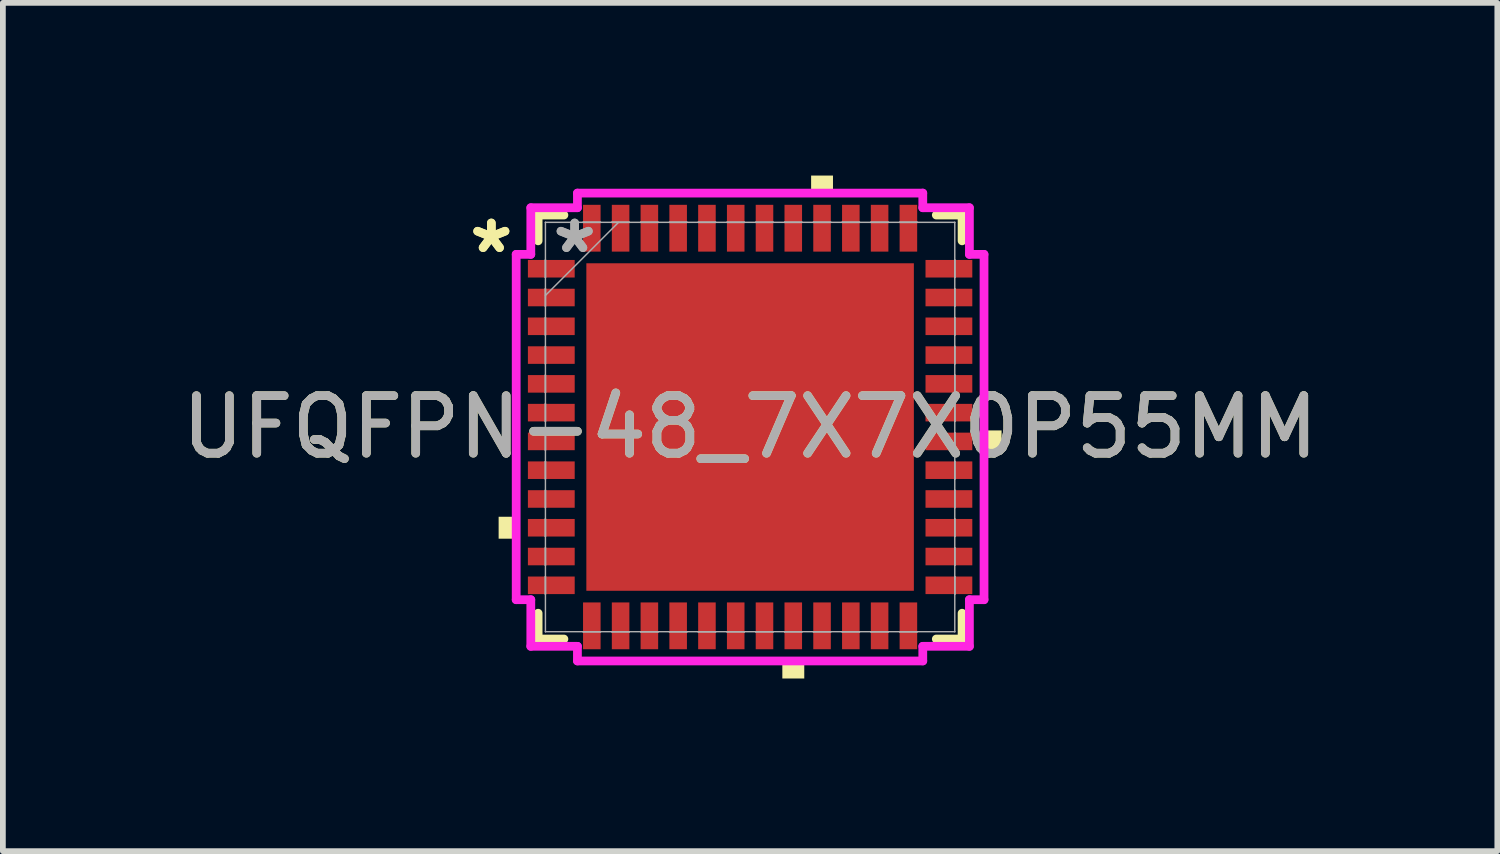
<source format=kicad_pcb>
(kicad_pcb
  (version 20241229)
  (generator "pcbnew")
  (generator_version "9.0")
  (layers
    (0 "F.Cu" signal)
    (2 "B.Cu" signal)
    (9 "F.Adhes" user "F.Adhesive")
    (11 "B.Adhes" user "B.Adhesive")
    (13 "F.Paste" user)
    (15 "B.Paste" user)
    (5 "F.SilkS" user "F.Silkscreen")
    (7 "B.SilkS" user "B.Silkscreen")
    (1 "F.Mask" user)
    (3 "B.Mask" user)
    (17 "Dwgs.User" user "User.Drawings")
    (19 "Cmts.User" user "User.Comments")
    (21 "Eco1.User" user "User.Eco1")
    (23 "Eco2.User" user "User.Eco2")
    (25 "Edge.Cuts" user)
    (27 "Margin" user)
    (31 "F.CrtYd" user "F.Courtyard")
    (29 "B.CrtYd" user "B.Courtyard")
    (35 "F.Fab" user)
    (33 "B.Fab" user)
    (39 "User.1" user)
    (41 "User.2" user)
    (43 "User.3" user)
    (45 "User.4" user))
  (footprint "UFQFPN-48_7X7X0P55MM"
    (layer "F.Cu")
    (at 9.982 4.369)
    (property "Reference" "UFQFPN-48_7X7X0P55MM" (at 0 0 0) (unlocked yes) (layer "F.SilkS") (effects (font (size 1 1) (thickness 0.15))))
    (attr smd)
    (fp_line (start -3.683 -3.683) (end -3.683 -3.235) (stroke (width 0.152) (type solid)) (layer "F.SilkS"))
    (fp_line (start -3.683 3.235) (end -3.683 3.683) (stroke (width 0.152) (type solid)) (layer "F.SilkS"))
    (fp_line (start -3.683 3.683) (end -3.235 3.683) (stroke (width 0.152) (type solid)) (layer "F.SilkS"))
    (fp_line (start -3.235 -3.683) (end -3.683 -3.683) (stroke (width 0.152) (type solid)) (layer "F.SilkS"))
    (fp_line (start 3.235 3.683) (end 3.683 3.683) (stroke (width 0.152) (type solid)) (layer "F.SilkS"))
    (fp_line (start 3.683 -3.683) (end 3.235 -3.683) (stroke (width 0.152) (type solid)) (layer "F.SilkS"))
    (fp_line (start 3.683 -3.235) (end 3.683 -3.683) (stroke (width 0.152) (type solid)) (layer "F.SilkS"))
    (fp_line (start 3.683 3.683) (end 3.683 3.235) (stroke (width 0.152) (type solid)) (layer "F.SilkS"))
    (fp_poly (pts (xy -4.369 1.559) (xy -4.369 1.94) (xy -4.115 1.94) (xy -4.115 1.559)) (stroke (width 0) (type solid)) (fill yes) (layer "F.SilkS"))
    (fp_poly (pts (xy 0.56 4.115) (xy 0.56 4.369) (xy 0.941 4.369) (xy 0.941 4.115)) (stroke (width 0) (type solid)) (fill yes) (layer "F.SilkS"))
    (fp_poly (pts (xy 1.06 -4.115) (xy 1.06 -4.369) (xy 1.44 -4.369) (xy 1.44 -4.115)) (stroke (width 0) (type solid)) (fill yes) (layer "F.SilkS"))
    (fp_poly (pts (xy 4.369 0.059) (xy 4.369 0.441) (xy 4.115 0.441) (xy 4.115 0.059)) (stroke (width 0) (type solid)) (fill yes) (layer "F.SilkS"))
    (fp_poly (pts (xy -2.745 -2.745) (xy -2.745 -1.522) (xy -1.522 -1.522) (xy -1.522 -2.745)) (stroke (width 0) (type solid)) (fill yes) (layer "F.Paste"))
    (fp_poly (pts (xy -2.745 -1.322) (xy -2.745 -0.1) (xy -1.522 -0.1) (xy -1.522 -1.322)) (stroke (width 0) (type solid)) (fill yes) (layer "F.Paste"))
    (fp_poly (pts (xy -2.745 0.1) (xy -2.745 1.322) (xy -1.522 1.322) (xy -1.522 0.1)) (stroke (width 0) (type solid)) (fill yes) (layer "F.Paste"))
    (fp_poly (pts (xy -2.745 1.522) (xy -2.745 2.745) (xy -1.522 2.745) (xy -1.522 1.522)) (stroke (width 0) (type solid)) (fill yes) (layer "F.Paste"))
    (fp_poly (pts (xy -1.322 -2.745) (xy -1.322 -1.522) (xy -0.1 -1.522) (xy -0.1 -2.745)) (stroke (width 0) (type solid)) (fill yes) (layer "F.Paste"))
    (fp_poly (pts (xy -1.322 -1.322) (xy -1.322 -0.1) (xy -0.1 -0.1) (xy -0.1 -1.322)) (stroke (width 0) (type solid)) (fill yes) (layer "F.Paste"))
    (fp_poly (pts (xy -1.322 0.1) (xy -1.322 1.322) (xy -0.1 1.322) (xy -0.1 0.1)) (stroke (width 0) (type solid)) (fill yes) (layer "F.Paste"))
    (fp_poly (pts (xy -1.322 1.522) (xy -1.322 2.745) (xy -0.1 2.745) (xy -0.1 1.522)) (stroke (width 0) (type solid)) (fill yes) (layer "F.Paste"))
    (fp_poly (pts (xy 0.1 -2.745) (xy 0.1 -1.522) (xy 1.322 -1.522) (xy 1.322 -2.745)) (stroke (width 0) (type solid)) (fill yes) (layer "F.Paste"))
    (fp_poly (pts (xy 0.1 -1.322) (xy 0.1 -0.1) (xy 1.322 -0.1) (xy 1.322 -1.322)) (stroke (width 0) (type solid)) (fill yes) (layer "F.Paste"))
    (fp_poly (pts (xy 0.1 0.1) (xy 0.1 1.322) (xy 1.322 1.322) (xy 1.322 0.1)) (stroke (width 0) (type solid)) (fill yes) (layer "F.Paste"))
    (fp_poly (pts (xy 0.1 1.522) (xy 0.1 2.745) (xy 1.322 2.745) (xy 1.322 1.522)) (stroke (width 0) (type solid)) (fill yes) (layer "F.Paste"))
    (fp_poly (pts (xy 1.522 -2.745) (xy 1.522 -1.522) (xy 2.745 -1.522) (xy 2.745 -2.745)) (stroke (width 0) (type solid)) (fill yes) (layer "F.Paste"))
    (fp_poly (pts (xy 1.522 -1.322) (xy 1.522 -0.1) (xy 2.745 -0.1) (xy 2.745 -1.322)) (stroke (width 0) (type solid)) (fill yes) (layer "F.Paste"))
    (fp_poly (pts (xy 1.522 0.1) (xy 1.522 1.322) (xy 2.745 1.322) (xy 2.745 0.1)) (stroke (width 0) (type solid)) (fill yes) (layer "F.Paste"))
    (fp_poly (pts (xy 1.522 1.522) (xy 1.522 2.745) (xy 2.745 2.745) (xy 2.745 1.522)) (stroke (width 0) (type solid)) (fill yes) (layer "F.Paste"))
    (fp_line (start -4.064 -3) (end -3.81 -3) (stroke (width 0.152) (type solid)) (layer "F.CrtYd"))
    (fp_line (start -4.064 3) (end -4.064 -3) (stroke (width 0.152) (type solid)) (layer "F.CrtYd"))
    (fp_line (start -3.81 -3.81) (end -3 -3.81) (stroke (width 0.152) (type solid)) (layer "F.CrtYd"))
    (fp_line (start -3.81 -3) (end -3.81 -3.81) (stroke (width 0.152) (type solid)) (layer "F.CrtYd"))
    (fp_line (start -3.81 3) (end -4.064 3) (stroke (width 0.152) (type solid)) (layer "F.CrtYd"))
    (fp_line (start -3.81 3.81) (end -3.81 3) (stroke (width 0.152) (type solid)) (layer "F.CrtYd"))
    (fp_line (start -3 -4.064) (end 3 -4.064) (stroke (width 0.152) (type solid)) (layer "F.CrtYd"))
    (fp_line (start -3 -3.81) (end -3 -4.064) (stroke (width 0.152) (type solid)) (layer "F.CrtYd"))
    (fp_line (start -3 3.81) (end -3.81 3.81) (stroke (width 0.152) (type solid)) (layer "F.CrtYd"))
    (fp_line (start -3 4.064) (end -3 3.81) (stroke (width 0.152) (type solid)) (layer "F.CrtYd"))
    (fp_line (start 3 -4.064) (end 3 -3.81) (stroke (width 0.152) (type solid)) (layer "F.CrtYd"))
    (fp_line (start 3 -3.81) (end 3.81 -3.81) (stroke (width 0.152) (type solid)) (layer "F.CrtYd"))
    (fp_line (start 3 3.81) (end 3 4.064) (stroke (width 0.152) (type solid)) (layer "F.CrtYd"))
    (fp_line (start 3 4.064) (end -3 4.064) (stroke (width 0.152) (type solid)) (layer "F.CrtYd"))
    (fp_line (start 3.81 -3.81) (end 3.81 -3) (stroke (width 0.152) (type solid)) (layer "F.CrtYd"))
    (fp_line (start 3.81 -3) (end 4.064 -3) (stroke (width 0.152) (type solid)) (layer "F.CrtYd"))
    (fp_line (start 3.81 3) (end 3.81 3.81) (stroke (width 0.152) (type solid)) (layer "F.CrtYd"))
    (fp_line (start 3.81 3.81) (end 3 3.81) (stroke (width 0.152) (type solid)) (layer "F.CrtYd"))
    (fp_line (start 4.064 -3) (end 4.064 3) (stroke (width 0.152) (type solid)) (layer "F.CrtYd"))
    (fp_line (start 4.064 3) (end 3.81 3) (stroke (width 0.152) (type solid)) (layer "F.CrtYd"))
    (fp_line (start -3.556 -3.556) (end -3.556 -3.556) (stroke (width 0.025) (type solid)) (layer "F.Fab"))
    (fp_line (start -3.556 -3.556) (end -3.556 3.556) (stroke (width 0.025) (type solid)) (layer "F.Fab"))
    (fp_line (start -3.556 -2.902) (end -3.556 -2.902) (stroke (width 0.025) (type solid)) (layer "F.Fab"))
    (fp_line (start -3.556 -2.902) (end -3.556 -2.598) (stroke (width 0.025) (type solid)) (layer "F.Fab"))
    (fp_line (start -3.556 -2.598) (end -3.556 -2.902) (stroke (width 0.025) (type solid)) (layer "F.Fab"))
    (fp_line (start -3.556 -2.598) (end -3.556 -2.598) (stroke (width 0.025) (type solid)) (layer "F.Fab"))
    (fp_line (start -3.556 -2.402) (end -3.556 -2.402) (stroke (width 0.025) (type solid)) (layer "F.Fab"))
    (fp_line (start -3.556 -2.402) (end -3.556 -2.098) (stroke (width 0.025) (type solid)) (layer "F.Fab"))
    (fp_line (start -3.556 -2.286) (end -2.286 -3.556) (stroke (width 0.025) (type solid)) (layer "F.Fab"))
    (fp_line (start -3.556 -2.098) (end -3.556 -2.402) (stroke (width 0.025) (type solid)) (layer "F.Fab"))
    (fp_line (start -3.556 -2.098) (end -3.556 -2.098) (stroke (width 0.025) (type solid)) (layer "F.Fab"))
    (fp_line (start -3.556 -1.902) (end -3.556 -1.902) (stroke (width 0.025) (type solid)) (layer "F.Fab"))
    (fp_line (start -3.556 -1.902) (end -3.556 -1.598) (stroke (width 0.025) (type solid)) (layer "F.Fab"))
    (fp_line (start -3.556 -1.598) (end -3.556 -1.902) (stroke (width 0.025) (type solid)) (layer "F.Fab"))
    (fp_line (start -3.556 -1.598) (end -3.556 -1.598) (stroke (width 0.025) (type solid)) (layer "F.Fab"))
    (fp_line (start -3.556 -1.402) (end -3.556 -1.402) (stroke (width 0.025) (type solid)) (layer "F.Fab"))
    (fp_line (start -3.556 -1.402) (end -3.556 -1.098) (stroke (width 0.025) (type solid)) (layer "F.Fab"))
    (fp_line (start -3.556 -1.098) (end -3.556 -1.402) (stroke (width 0.025) (type solid)) (layer "F.Fab"))
    (fp_line (start -3.556 -1.098) (end -3.556 -1.098) (stroke (width 0.025) (type solid)) (layer "F.Fab"))
    (fp_line (start -3.556 -0.902) (end -3.556 -0.902) (stroke (width 0.025) (type solid)) (layer "F.Fab"))
    (fp_line (start -3.556 -0.902) (end -3.556 -0.598) (stroke (width 0.025) (type solid)) (layer "F.Fab"))
    (fp_line (start -3.556 -0.598) (end -3.556 -0.902) (stroke (width 0.025) (type solid)) (layer "F.Fab"))
    (fp_line (start -3.556 -0.598) (end -3.556 -0.598) (stroke (width 0.025) (type solid)) (layer "F.Fab"))
    (fp_line (start -3.556 -0.402) (end -3.556 -0.402) (stroke (width 0.025) (type solid)) (layer "F.Fab"))
    (fp_line (start -3.556 -0.402) (end -3.556 -0.098) (stroke (width 0.025) (type solid)) (layer "F.Fab"))
    (fp_line (start -3.556 -0.098) (end -3.556 -0.402) (stroke (width 0.025) (type solid)) (layer "F.Fab"))
    (fp_line (start -3.556 -0.098) (end -3.556 -0.098) (stroke (width 0.025) (type solid)) (layer "F.Fab"))
    (fp_line (start -3.556 0.098) (end -3.556 0.098) (stroke (width 0.025) (type solid)) (layer "F.Fab"))
    (fp_line (start -3.556 0.098) (end -3.556 0.402) (stroke (width 0.025) (type solid)) (layer "F.Fab"))
    (fp_line (start -3.556 0.402) (end -3.556 0.098) (stroke (width 0.025) (type solid)) (layer "F.Fab"))
    (fp_line (start -3.556 0.402) (end -3.556 0.402) (stroke (width 0.025) (type solid)) (layer "F.Fab"))
    (fp_line (start -3.556 0.598) (end -3.556 0.598) (stroke (width 0.025) (type solid)) (layer "F.Fab"))
    (fp_line (start -3.556 0.598) (end -3.556 0.902) (stroke (width 0.025) (type solid)) (layer "F.Fab"))
    (fp_line (start -3.556 0.902) (end -3.556 0.598) (stroke (width 0.025) (type solid)) (layer "F.Fab"))
    (fp_line (start -3.556 0.902) (end -3.556 0.902) (stroke (width 0.025) (type solid)) (layer "F.Fab"))
    (fp_line (start -3.556 1.098) (end -3.556 1.098) (stroke (width 0.025) (type solid)) (layer "F.Fab"))
    (fp_line (start -3.556 1.098) (end -3.556 1.402) (stroke (width 0.025) (type solid)) (layer "F.Fab"))
    (fp_line (start -3.556 1.402) (end -3.556 1.098) (stroke (width 0.025) (type solid)) (layer "F.Fab"))
    (fp_line (start -3.556 1.402) (end -3.556 1.402) (stroke (width 0.025) (type solid)) (layer "F.Fab"))
    (fp_line (start -3.556 1.598) (end -3.556 1.598) (stroke (width 0.025) (type solid)) (layer "F.Fab"))
    (fp_line (start -3.556 1.598) (end -3.556 1.902) (stroke (width 0.025) (type solid)) (layer "F.Fab"))
    (fp_line (start -3.556 1.902) (end -3.556 1.598) (stroke (width 0.025) (type solid)) (layer "F.Fab"))
    (fp_line (start -3.556 1.902) (end -3.556 1.902) (stroke (width 0.025) (type solid)) (layer "F.Fab"))
    (fp_line (start -3.556 2.098) (end -3.556 2.098) (stroke (width 0.025) (type solid)) (layer "F.Fab"))
    (fp_line (start -3.556 2.098) (end -3.556 2.402) (stroke (width 0.025) (type solid)) (layer "F.Fab"))
    (fp_line (start -3.556 2.402) (end -3.556 2.098) (stroke (width 0.025) (type solid)) (layer "F.Fab"))
    (fp_line (start -3.556 2.402) (end -3.556 2.402) (stroke (width 0.025) (type solid)) (layer "F.Fab"))
    (fp_line (start -3.556 2.598) (end -3.556 2.598) (stroke (width 0.025) (type solid)) (layer "F.Fab"))
    (fp_line (start -3.556 2.598) (end -3.556 2.902) (stroke (width 0.025) (type solid)) (layer "F.Fab"))
    (fp_line (start -3.556 2.902) (end -3.556 2.598) (stroke (width 0.025) (type solid)) (layer "F.Fab"))
    (fp_line (start -3.556 2.902) (end -3.556 2.902) (stroke (width 0.025) (type solid)) (layer "F.Fab"))
    (fp_line (start -3.556 3.556) (end -3.556 3.556) (stroke (width 0.025) (type solid)) (layer "F.Fab"))
    (fp_line (start -3.556 3.556) (end 3.556 3.556) (stroke (width 0.025) (type solid)) (layer "F.Fab"))
    (fp_line (start -2.902 -3.556) (end -2.902 -3.556) (stroke (width 0.025) (type solid)) (layer "F.Fab"))
    (fp_line (start -2.902 -3.556) (end -2.598 -3.556) (stroke (width 0.025) (type solid)) (layer "F.Fab"))
    (fp_line (start -2.902 3.556) (end -2.902 3.556) (stroke (width 0.025) (type solid)) (layer "F.Fab"))
    (fp_line (start -2.902 3.556) (end -2.598 3.556) (stroke (width 0.025) (type solid)) (layer "F.Fab"))
    (fp_line (start -2.598 -3.556) (end -2.902 -3.556) (stroke (width 0.025) (type solid)) (layer "F.Fab"))
    (fp_line (start -2.598 -3.556) (end -2.598 -3.556) (stroke (width 0.025) (type solid)) (layer "F.Fab"))
    (fp_line (start -2.598 3.556) (end -2.902 3.556) (stroke (width 0.025) (type solid)) (layer "F.Fab"))
    (fp_line (start -2.598 3.556) (end -2.598 3.556) (stroke (width 0.025) (type solid)) (layer "F.Fab"))
    (fp_line (start -2.402 -3.556) (end -2.402 -3.556) (stroke (width 0.025) (type solid)) (layer "F.Fab"))
    (fp_line (start -2.402 -3.556) (end -2.098 -3.556) (stroke (width 0.025) (type solid)) (layer "F.Fab"))
    (fp_line (start -2.402 3.556) (end -2.402 3.556) (stroke (width 0.025) (type solid)) (layer "F.Fab"))
    (fp_line (start -2.402 3.556) (end -2.098 3.556) (stroke (width 0.025) (type solid)) (layer "F.Fab"))
    (fp_line (start -2.098 -3.556) (end -2.402 -3.556) (stroke (width 0.025) (type solid)) (layer "F.Fab"))
    (fp_line (start -2.098 -3.556) (end -2.098 -3.556) (stroke (width 0.025) (type solid)) (layer "F.Fab"))
    (fp_line (start -2.098 3.556) (end -2.402 3.556) (stroke (width 0.025) (type solid)) (layer "F.Fab"))
    (fp_line (start -2.098 3.556) (end -2.098 3.556) (stroke (width 0.025) (type solid)) (layer "F.Fab"))
    (fp_line (start -1.902 -3.556) (end -1.902 -3.556) (stroke (width 0.025) (type solid)) (layer "F.Fab"))
    (fp_line (start -1.902 -3.556) (end -1.598 -3.556) (stroke (width 0.025) (type solid)) (layer "F.Fab"))
    (fp_line (start -1.902 3.556) (end -1.902 3.556) (stroke (width 0.025) (type solid)) (layer "F.Fab"))
    (fp_line (start -1.902 3.556) (end -1.598 3.556) (stroke (width 0.025) (type solid)) (layer "F.Fab"))
    (fp_line (start -1.598 -3.556) (end -1.902 -3.556) (stroke (width 0.025) (type solid)) (layer "F.Fab"))
    (fp_line (start -1.598 -3.556) (end -1.598 -3.556) (stroke (width 0.025) (type solid)) (layer "F.Fab"))
    (fp_line (start -1.598 3.556) (end -1.902 3.556) (stroke (width 0.025) (type solid)) (layer "F.Fab"))
    (fp_line (start -1.598 3.556) (end -1.598 3.556) (stroke (width 0.025) (type solid)) (layer "F.Fab"))
    (fp_line (start -1.402 -3.556) (end -1.402 -3.556) (stroke (width 0.025) (type solid)) (layer "F.Fab"))
    (fp_line (start -1.402 -3.556) (end -1.098 -3.556) (stroke (width 0.025) (type solid)) (layer "F.Fab"))
    (fp_line (start -1.402 3.556) (end -1.402 3.556) (stroke (width 0.025) (type solid)) (layer "F.Fab"))
    (fp_line (start -1.402 3.556) (end -1.098 3.556) (stroke (width 0.025) (type solid)) (layer "F.Fab"))
    (fp_line (start -1.098 -3.556) (end -1.402 -3.556) (stroke (width 0.025) (type solid)) (layer "F.Fab"))
    (fp_line (start -1.098 -3.556) (end -1.098 -3.556) (stroke (width 0.025) (type solid)) (layer "F.Fab"))
    (fp_line (start -1.098 3.556) (end -1.402 3.556) (stroke (width 0.025) (type solid)) (layer "F.Fab"))
    (fp_line (start -1.098 3.556) (end -1.098 3.556) (stroke (width 0.025) (type solid)) (layer "F.Fab"))
    (fp_line (start -0.902 -3.556) (end -0.902 -3.556) (stroke (width 0.025) (type solid)) (layer "F.Fab"))
    (fp_line (start -0.902 -3.556) (end -0.598 -3.556) (stroke (width 0.025) (type solid)) (layer "F.Fab"))
    (fp_line (start -0.902 3.556) (end -0.902 3.556) (stroke (width 0.025) (type solid)) (layer "F.Fab"))
    (fp_line (start -0.902 3.556) (end -0.598 3.556) (stroke (width 0.025) (type solid)) (layer "F.Fab"))
    (fp_line (start -0.598 -3.556) (end -0.902 -3.556) (stroke (width 0.025) (type solid)) (layer "F.Fab"))
    (fp_line (start -0.598 -3.556) (end -0.598 -3.556) (stroke (width 0.025) (type solid)) (layer "F.Fab"))
    (fp_line (start -0.598 3.556) (end -0.902 3.556) (stroke (width 0.025) (type solid)) (layer "F.Fab"))
    (fp_line (start -0.598 3.556) (end -0.598 3.556) (stroke (width 0.025) (type solid)) (layer "F.Fab"))
    (fp_line (start -0.402 -3.556) (end -0.402 -3.556) (stroke (width 0.025) (type solid)) (layer "F.Fab"))
    (fp_line (start -0.402 -3.556) (end -0.098 -3.556) (stroke (width 0.025) (type solid)) (layer "F.Fab"))
    (fp_line (start -0.402 3.556) (end -0.402 3.556) (stroke (width 0.025) (type solid)) (layer "F.Fab"))
    (fp_line (start -0.402 3.556) (end -0.098 3.556) (stroke (width 0.025) (type solid)) (layer "F.Fab"))
    (fp_line (start -0.098 -3.556) (end -0.402 -3.556) (stroke (width 0.025) (type solid)) (layer "F.Fab"))
    (fp_line (start -0.098 -3.556) (end -0.098 -3.556) (stroke (width 0.025) (type solid)) (layer "F.Fab"))
    (fp_line (start -0.098 3.556) (end -0.402 3.556) (stroke (width 0.025) (type solid)) (layer "F.Fab"))
    (fp_line (start -0.098 3.556) (end -0.098 3.556) (stroke (width 0.025) (type solid)) (layer "F.Fab"))
    (fp_line (start 0.098 -3.556) (end 0.098 -3.556) (stroke (width 0.025) (type solid)) (layer "F.Fab"))
    (fp_line (start 0.098 -3.556) (end 0.402 -3.556) (stroke (width 0.025) (type solid)) (layer "F.Fab"))
    (fp_line (start 0.098 3.556) (end 0.098 3.556) (stroke (width 0.025) (type solid)) (layer "F.Fab"))
    (fp_line (start 0.098 3.556) (end 0.402 3.556) (stroke (width 0.025) (type solid)) (layer "F.Fab"))
    (fp_line (start 0.402 -3.556) (end 0.098 -3.556) (stroke (width 0.025) (type solid)) (layer "F.Fab"))
    (fp_line (start 0.402 -3.556) (end 0.402 -3.556) (stroke (width 0.025) (type solid)) (layer "F.Fab"))
    (fp_line (start 0.402 3.556) (end 0.098 3.556) (stroke (width 0.025) (type solid)) (layer "F.Fab"))
    (fp_line (start 0.402 3.556) (end 0.402 3.556) (stroke (width 0.025) (type solid)) (layer "F.Fab"))
    (fp_line (start 0.598 -3.556) (end 0.598 -3.556) (stroke (width 0.025) (type solid)) (layer "F.Fab"))
    (fp_line (start 0.598 -3.556) (end 0.902 -3.556) (stroke (width 0.025) (type solid)) (layer "F.Fab"))
    (fp_line (start 0.598 3.556) (end 0.598 3.556) (stroke (width 0.025) (type solid)) (layer "F.Fab"))
    (fp_line (start 0.598 3.556) (end 0.902 3.556) (stroke (width 0.025) (type solid)) (layer "F.Fab"))
    (fp_line (start 0.902 -3.556) (end 0.598 -3.556) (stroke (width 0.025) (type solid)) (layer "F.Fab"))
    (fp_line (start 0.902 -3.556) (end 0.902 -3.556) (stroke (width 0.025) (type solid)) (layer "F.Fab"))
    (fp_line (start 0.902 3.556) (end 0.598 3.556) (stroke (width 0.025) (type solid)) (layer "F.Fab"))
    (fp_line (start 0.902 3.556) (end 0.902 3.556) (stroke (width 0.025) (type solid)) (layer "F.Fab"))
    (fp_line (start 1.098 -3.556) (end 1.098 -3.556) (stroke (width 0.025) (type solid)) (layer "F.Fab"))
    (fp_line (start 1.098 -3.556) (end 1.402 -3.556) (stroke (width 0.025) (type solid)) (layer "F.Fab"))
    (fp_line (start 1.098 3.556) (end 1.098 3.556) (stroke (width 0.025) (type solid)) (layer "F.Fab"))
    (fp_line (start 1.098 3.556) (end 1.402 3.556) (stroke (width 0.025) (type solid)) (layer "F.Fab"))
    (fp_line (start 1.402 -3.556) (end 1.098 -3.556) (stroke (width 0.025) (type solid)) (layer "F.Fab"))
    (fp_line (start 1.402 -3.556) (end 1.402 -3.556) (stroke (width 0.025) (type solid)) (layer "F.Fab"))
    (fp_line (start 1.402 3.556) (end 1.098 3.556) (stroke (width 0.025) (type solid)) (layer "F.Fab"))
    (fp_line (start 1.402 3.556) (end 1.402 3.556) (stroke (width 0.025) (type solid)) (layer "F.Fab"))
    (fp_line (start 1.598 -3.556) (end 1.598 -3.556) (stroke (width 0.025) (type solid)) (layer "F.Fab"))
    (fp_line (start 1.598 -3.556) (end 1.902 -3.556) (stroke (width 0.025) (type solid)) (layer "F.Fab"))
    (fp_line (start 1.598 3.556) (end 1.598 3.556) (stroke (width 0.025) (type solid)) (layer "F.Fab"))
    (fp_line (start 1.598 3.556) (end 1.902 3.556) (stroke (width 0.025) (type solid)) (layer "F.Fab"))
    (fp_line (start 1.902 -3.556) (end 1.598 -3.556) (stroke (width 0.025) (type solid)) (layer "F.Fab"))
    (fp_line (start 1.902 -3.556) (end 1.902 -3.556) (stroke (width 0.025) (type solid)) (layer "F.Fab"))
    (fp_line (start 1.902 3.556) (end 1.598 3.556) (stroke (width 0.025) (type solid)) (layer "F.Fab"))
    (fp_line (start 1.902 3.556) (end 1.902 3.556) (stroke (width 0.025) (type solid)) (layer "F.Fab"))
    (fp_line (start 2.098 -3.556) (end 2.098 -3.556) (stroke (width 0.025) (type solid)) (layer "F.Fab"))
    (fp_line (start 2.098 -3.556) (end 2.402 -3.556) (stroke (width 0.025) (type solid)) (layer "F.Fab"))
    (fp_line (start 2.098 3.556) (end 2.098 3.556) (stroke (width 0.025) (type solid)) (layer "F.Fab"))
    (fp_line (start 2.098 3.556) (end 2.402 3.556) (stroke (width 0.025) (type solid)) (layer "F.Fab"))
    (fp_line (start 2.402 -3.556) (end 2.098 -3.556) (stroke (width 0.025) (type solid)) (layer "F.Fab"))
    (fp_line (start 2.402 -3.556) (end 2.402 -3.556) (stroke (width 0.025) (type solid)) (layer "F.Fab"))
    (fp_line (start 2.402 3.556) (end 2.098 3.556) (stroke (width 0.025) (type solid)) (layer "F.Fab"))
    (fp_line (start 2.402 3.556) (end 2.402 3.556) (stroke (width 0.025) (type solid)) (layer "F.Fab"))
    (fp_line (start 2.598 -3.556) (end 2.598 -3.556) (stroke (width 0.025) (type solid)) (layer "F.Fab"))
    (fp_line (start 2.598 -3.556) (end 2.902 -3.556) (stroke (width 0.025) (type solid)) (layer "F.Fab"))
    (fp_line (start 2.598 3.556) (end 2.598 3.556) (stroke (width 0.025) (type solid)) (layer "F.Fab"))
    (fp_line (start 2.598 3.556) (end 2.902 3.556) (stroke (width 0.025) (type solid)) (layer "F.Fab"))
    (fp_line (start 2.902 -3.556) (end 2.598 -3.556) (stroke (width 0.025) (type solid)) (layer "F.Fab"))
    (fp_line (start 2.902 -3.556) (end 2.902 -3.556) (stroke (width 0.025) (type solid)) (layer "F.Fab"))
    (fp_line (start 2.902 3.556) (end 2.598 3.556) (stroke (width 0.025) (type solid)) (layer "F.Fab"))
    (fp_line (start 2.902 3.556) (end 2.902 3.556) (stroke (width 0.025) (type solid)) (layer "F.Fab"))
    (fp_line (start 3.556 -3.556) (end -3.556 -3.556) (stroke (width 0.025) (type solid)) (layer "F.Fab"))
    (fp_line (start 3.556 -3.556) (end 3.556 -3.556) (stroke (width 0.025) (type solid)) (layer "F.Fab"))
    (fp_line (start 3.556 -2.902) (end 3.556 -2.902) (stroke (width 0.025) (type solid)) (layer "F.Fab"))
    (fp_line (start 3.556 -2.902) (end 3.556 -2.598) (stroke (width 0.025) (type solid)) (layer "F.Fab"))
    (fp_line (start 3.556 -2.598) (end 3.556 -2.902) (stroke (width 0.025) (type solid)) (layer "F.Fab"))
    (fp_line (start 3.556 -2.598) (end 3.556 -2.598) (stroke (width 0.025) (type solid)) (layer "F.Fab"))
    (fp_line (start 3.556 -2.402) (end 3.556 -2.402) (stroke (width 0.025) (type solid)) (layer "F.Fab"))
    (fp_line (start 3.556 -2.402) (end 3.556 -2.098) (stroke (width 0.025) (type solid)) (layer "F.Fab"))
    (fp_line (start 3.556 -2.098) (end 3.556 -2.402) (stroke (width 0.025) (type solid)) (layer "F.Fab"))
    (fp_line (start 3.556 -2.098) (end 3.556 -2.098) (stroke (width 0.025) (type solid)) (layer "F.Fab"))
    (fp_line (start 3.556 -1.902) (end 3.556 -1.902) (stroke (width 0.025) (type solid)) (layer "F.Fab"))
    (fp_line (start 3.556 -1.902) (end 3.556 -1.598) (stroke (width 0.025) (type solid)) (layer "F.Fab"))
    (fp_line (start 3.556 -1.598) (end 3.556 -1.902) (stroke (width 0.025) (type solid)) (layer "F.Fab"))
    (fp_line (start 3.556 -1.598) (end 3.556 -1.598) (stroke (width 0.025) (type solid)) (layer "F.Fab"))
    (fp_line (start 3.556 -1.402) (end 3.556 -1.402) (stroke (width 0.025) (type solid)) (layer "F.Fab"))
    (fp_line (start 3.556 -1.402) (end 3.556 -1.098) (stroke (width 0.025) (type solid)) (layer "F.Fab"))
    (fp_line (start 3.556 -1.098) (end 3.556 -1.402) (stroke (width 0.025) (type solid)) (layer "F.Fab"))
    (fp_line (start 3.556 -1.098) (end 3.556 -1.098) (stroke (width 0.025) (type solid)) (layer "F.Fab"))
    (fp_line (start 3.556 -0.902) (end 3.556 -0.902) (stroke (width 0.025) (type solid)) (layer "F.Fab"))
    (fp_line (start 3.556 -0.902) (end 3.556 -0.598) (stroke (width 0.025) (type solid)) (layer "F.Fab"))
    (fp_line (start 3.556 -0.598) (end 3.556 -0.902) (stroke (width 0.025) (type solid)) (layer "F.Fab"))
    (fp_line (start 3.556 -0.598) (end 3.556 -0.598) (stroke (width 0.025) (type solid)) (layer "F.Fab"))
    (fp_line (start 3.556 -0.402) (end 3.556 -0.402) (stroke (width 0.025) (type solid)) (layer "F.Fab"))
    (fp_line (start 3.556 -0.402) (end 3.556 -0.098) (stroke (width 0.025) (type solid)) (layer "F.Fab"))
    (fp_line (start 3.556 -0.098) (end 3.556 -0.402) (stroke (width 0.025) (type solid)) (layer "F.Fab"))
    (fp_line (start 3.556 -0.098) (end 3.556 -0.098) (stroke (width 0.025) (type solid)) (layer "F.Fab"))
    (fp_line (start 3.556 0.098) (end 3.556 0.098) (stroke (width 0.025) (type solid)) (layer "F.Fab"))
    (fp_line (start 3.556 0.098) (end 3.556 0.402) (stroke (width 0.025) (type solid)) (layer "F.Fab"))
    (fp_line (start 3.556 0.402) (end 3.556 0.098) (stroke (width 0.025) (type solid)) (layer "F.Fab"))
    (fp_line (start 3.556 0.402) (end 3.556 0.402) (stroke (width 0.025) (type solid)) (layer "F.Fab"))
    (fp_line (start 3.556 0.598) (end 3.556 0.598) (stroke (width 0.025) (type solid)) (layer "F.Fab"))
    (fp_line (start 3.556 0.598) (end 3.556 0.902) (stroke (width 0.025) (type solid)) (layer "F.Fab"))
    (fp_line (start 3.556 0.902) (end 3.556 0.598) (stroke (width 0.025) (type solid)) (layer "F.Fab"))
    (fp_line (start 3.556 0.902) (end 3.556 0.902) (stroke (width 0.025) (type solid)) (layer "F.Fab"))
    (fp_line (start 3.556 1.098) (end 3.556 1.098) (stroke (width 0.025) (type solid)) (layer "F.Fab"))
    (fp_line (start 3.556 1.098) (end 3.556 1.402) (stroke (width 0.025) (type solid)) (layer "F.Fab"))
    (fp_line (start 3.556 1.402) (end 3.556 1.098) (stroke (width 0.025) (type solid)) (layer "F.Fab"))
    (fp_line (start 3.556 1.402) (end 3.556 1.402) (stroke (width 0.025) (type solid)) (layer "F.Fab"))
    (fp_line (start 3.556 1.598) (end 3.556 1.598) (stroke (width 0.025) (type solid)) (layer "F.Fab"))
    (fp_line (start 3.556 1.598) (end 3.556 1.902) (stroke (width 0.025) (type solid)) (layer "F.Fab"))
    (fp_line (start 3.556 1.902) (end 3.556 1.598) (stroke (width 0.025) (type solid)) (layer "F.Fab"))
    (fp_line (start 3.556 1.902) (end 3.556 1.902) (stroke (width 0.025) (type solid)) (layer "F.Fab"))
    (fp_line (start 3.556 2.098) (end 3.556 2.098) (stroke (width 0.025) (type solid)) (layer "F.Fab"))
    (fp_line (start 3.556 2.098) (end 3.556 2.402) (stroke (width 0.025) (type solid)) (layer "F.Fab"))
    (fp_line (start 3.556 2.402) (end 3.556 2.098) (stroke (width 0.025) (type solid)) (layer "F.Fab"))
    (fp_line (start 3.556 2.402) (end 3.556 2.402) (stroke (width 0.025) (type solid)) (layer "F.Fab"))
    (fp_line (start 3.556 2.598) (end 3.556 2.598) (stroke (width 0.025) (type solid)) (layer "F.Fab"))
    (fp_line (start 3.556 2.598) (end 3.556 2.902) (stroke (width 0.025) (type solid)) (layer "F.Fab"))
    (fp_line (start 3.556 2.902) (end 3.556 2.598) (stroke (width 0.025) (type solid)) (layer "F.Fab"))
    (fp_line (start 3.556 2.902) (end 3.556 2.902) (stroke (width 0.025) (type solid)) (layer "F.Fab"))
    (fp_line (start 3.556 3.556) (end 3.556 -3.556) (stroke (width 0.025) (type solid)) (layer "F.Fab"))
    (fp_line (start 3.556 3.556) (end 3.556 3.556) (stroke (width 0.025) (type solid)) (layer "F.Fab"))
    (fp_text user "*" (at -4.496 -3 0) (layer "F.SilkS") (effects (font (size 1 1) (thickness 0.15))))
    (fp_text user "*" (at -4.496 -3 0) (unlocked yes) (layer "F.SilkS") (effects (font (size 1 1) (thickness 0.15))))
    (fp_text user "*" (at -3.048 -3 0) (unlocked yes) (layer "F.Fab") (effects (font (size 1 1) (thickness 0.15))))
    (fp_text user "*" (at -3.048 -3 0) (layer "F.Fab") (effects (font (size 1 1) (thickness 0.15))))
    (fp_text user "${REFERENCE}" (at 0 0 0) (unlocked yes) (layer "F.Fab") (effects (font (size 1 1) (thickness 0.15))))
    (pad "1" smd rect (at -3.454 -2.75 90) (size 0.305 0.813) (layers "F.Cu" "F.Mask" "F.Paste"))
    (pad "2" smd rect (at -3.454 -2.25 90) (size 0.305 0.813) (layers "F.Cu" "F.Mask" "F.Paste"))
    (pad "3" smd rect (at -3.454 -1.75 90) (size 0.305 0.813) (layers "F.Cu" "F.Mask" "F.Paste"))
    (pad "4" smd rect (at -3.454 -1.25 90) (size 0.305 0.813) (layers "F.Cu" "F.Mask" "F.Paste"))
    (pad "5" smd rect (at -3.454 -0.75 90) (size 0.305 0.813) (layers "F.Cu" "F.Mask" "F.Paste"))
    (pad "6" smd rect (at -3.454 -0.25 90) (size 0.305 0.813) (layers "F.Cu" "F.Mask" "F.Paste"))
    (pad "7" smd rect (at -3.454 0.25 90) (size 0.305 0.813) (layers "F.Cu" "F.Mask" "F.Paste"))
    (pad "8" smd rect (at -3.454 0.75 90) (size 0.305 0.813) (layers "F.Cu" "F.Mask" "F.Paste"))
    (pad "9" smd rect (at -3.454 1.25 90) (size 0.305 0.813) (layers "F.Cu" "F.Mask" "F.Paste"))
    (pad "10" smd rect (at -3.454 1.75 90) (size 0.305 0.813) (layers "F.Cu" "F.Mask" "F.Paste"))
    (pad "11" smd rect (at -3.454 2.25 90) (size 0.305 0.813) (layers "F.Cu" "F.Mask" "F.Paste"))
    (pad "12" smd rect (at -3.454 2.75 90) (size 0.305 0.813) (layers "F.Cu" "F.Mask" "F.Paste"))
    (pad "13" smd rect (at -2.75 3.454) (size 0.305 0.813) (layers "F.Cu" "F.Mask" "F.Paste"))
    (pad "14" smd rect (at -2.25 3.454) (size 0.305 0.813) (layers "F.Cu" "F.Mask" "F.Paste"))
    (pad "15" smd rect (at -1.75 3.454) (size 0.305 0.813) (layers "F.Cu" "F.Mask" "F.Paste"))
    (pad "16" smd rect (at -1.25 3.454) (size 0.305 0.813) (layers "F.Cu" "F.Mask" "F.Paste"))
    (pad "17" smd rect (at -0.75 3.454) (size 0.305 0.813) (layers "F.Cu" "F.Mask" "F.Paste"))
    (pad "18" smd rect (at -0.25 3.454) (size 0.305 0.813) (layers "F.Cu" "F.Mask" "F.Paste"))
    (pad "19" smd rect (at 0.25 3.454) (size 0.305 0.813) (layers "F.Cu" "F.Mask" "F.Paste"))
    (pad "20" smd rect (at 0.75 3.454) (size 0.305 0.813) (layers "F.Cu" "F.Mask" "F.Paste"))
    (pad "21" smd rect (at 1.25 3.454) (size 0.305 0.813) (layers "F.Cu" "F.Mask" "F.Paste"))
    (pad "22" smd rect (at 1.75 3.454) (size 0.305 0.813) (layers "F.Cu" "F.Mask" "F.Paste"))
    (pad "23" smd rect (at 2.25 3.454) (size 0.305 0.813) (layers "F.Cu" "F.Mask" "F.Paste"))
    (pad "24" smd rect (at 2.75 3.454) (size 0.305 0.813) (layers "F.Cu" "F.Mask" "F.Paste"))
    (pad "25" smd rect (at 3.454 2.75 90) (size 0.305 0.813) (layers "F.Cu" "F.Mask" "F.Paste"))
    (pad "26" smd rect (at 3.454 2.25 90) (size 0.305 0.813) (layers "F.Cu" "F.Mask" "F.Paste"))
    (pad "27" smd rect (at 3.454 1.75 90) (size 0.305 0.813) (layers "F.Cu" "F.Mask" "F.Paste"))
    (pad "28" smd rect (at 3.454 1.25 90) (size 0.305 0.813) (layers "F.Cu" "F.Mask" "F.Paste"))
    (pad "29" smd rect (at 3.454 0.75 90) (size 0.305 0.813) (layers "F.Cu" "F.Mask" "F.Paste"))
    (pad "30" smd rect (at 3.454 0.25 90) (size 0.305 0.813) (layers "F.Cu" "F.Mask" "F.Paste"))
    (pad "31" smd rect (at 3.454 -0.25 90) (size 0.305 0.813) (layers "F.Cu" "F.Mask" "F.Paste"))
    (pad "32" smd rect (at 3.454 -0.75 90) (size 0.305 0.813) (layers "F.Cu" "F.Mask" "F.Paste"))
    (pad "33" smd rect (at 3.454 -1.25 90) (size 0.305 0.813) (layers "F.Cu" "F.Mask" "F.Paste"))
    (pad "34" smd rect (at 3.454 -1.75 90) (size 0.305 0.813) (layers "F.Cu" "F.Mask" "F.Paste"))
    (pad "35" smd rect (at 3.454 -2.25 90) (size 0.305 0.813) (layers "F.Cu" "F.Mask" "F.Paste"))
    (pad "36" smd rect (at 3.454 -2.75 90) (size 0.305 0.813) (layers "F.Cu" "F.Mask" "F.Paste"))
    (pad "37" smd rect (at 2.75 -3.454) (size 0.305 0.813) (layers "F.Cu" "F.Mask" "F.Paste"))
    (pad "38" smd rect (at 2.25 -3.454) (size 0.305 0.813) (layers "F.Cu" "F.Mask" "F.Paste"))
    (pad "39" smd rect (at 1.75 -3.454) (size 0.305 0.813) (layers "F.Cu" "F.Mask" "F.Paste"))
    (pad "40" smd rect (at 1.25 -3.454) (size 0.305 0.813) (layers "F.Cu" "F.Mask" "F.Paste"))
    (pad "41" smd rect (at 0.75 -3.454) (size 0.305 0.813) (layers "F.Cu" "F.Mask" "F.Paste"))
    (pad "42" smd rect (at 0.25 -3.454) (size 0.305 0.813) (layers "F.Cu" "F.Mask" "F.Paste"))
    (pad "43" smd rect (at -0.25 -3.454) (size 0.305 0.813) (layers "F.Cu" "F.Mask" "F.Paste"))
    (pad "44" smd rect (at -0.75 -3.454) (size 0.305 0.813) (layers "F.Cu" "F.Mask" "F.Paste"))
    (pad "45" smd rect (at -1.25 -3.454) (size 0.305 0.813) (layers "F.Cu" "F.Mask" "F.Paste"))
    (pad "46" smd rect (at -1.75 -3.454) (size 0.305 0.813) (layers "F.Cu" "F.Mask" "F.Paste"))
    (pad "47" smd rect (at -2.25 -3.454) (size 0.305 0.813) (layers "F.Cu" "F.Mask" "F.Paste"))
    (pad "48" smd rect (at -2.75 -3.454) (size 0.305 0.813) (layers "F.Cu" "F.Mask" "F.Paste"))
    (pad "49" smd rect (at 0 0) (size 5.69 5.69) (layers "F.Cu" "F.Mask")))
  (gr_rect
    (start -3 -3)
    (end 22.964 11.738)
    (stroke (width 0.1) (type default))
    (fill no)
    (layer "Edge.Cuts")))
</source>
